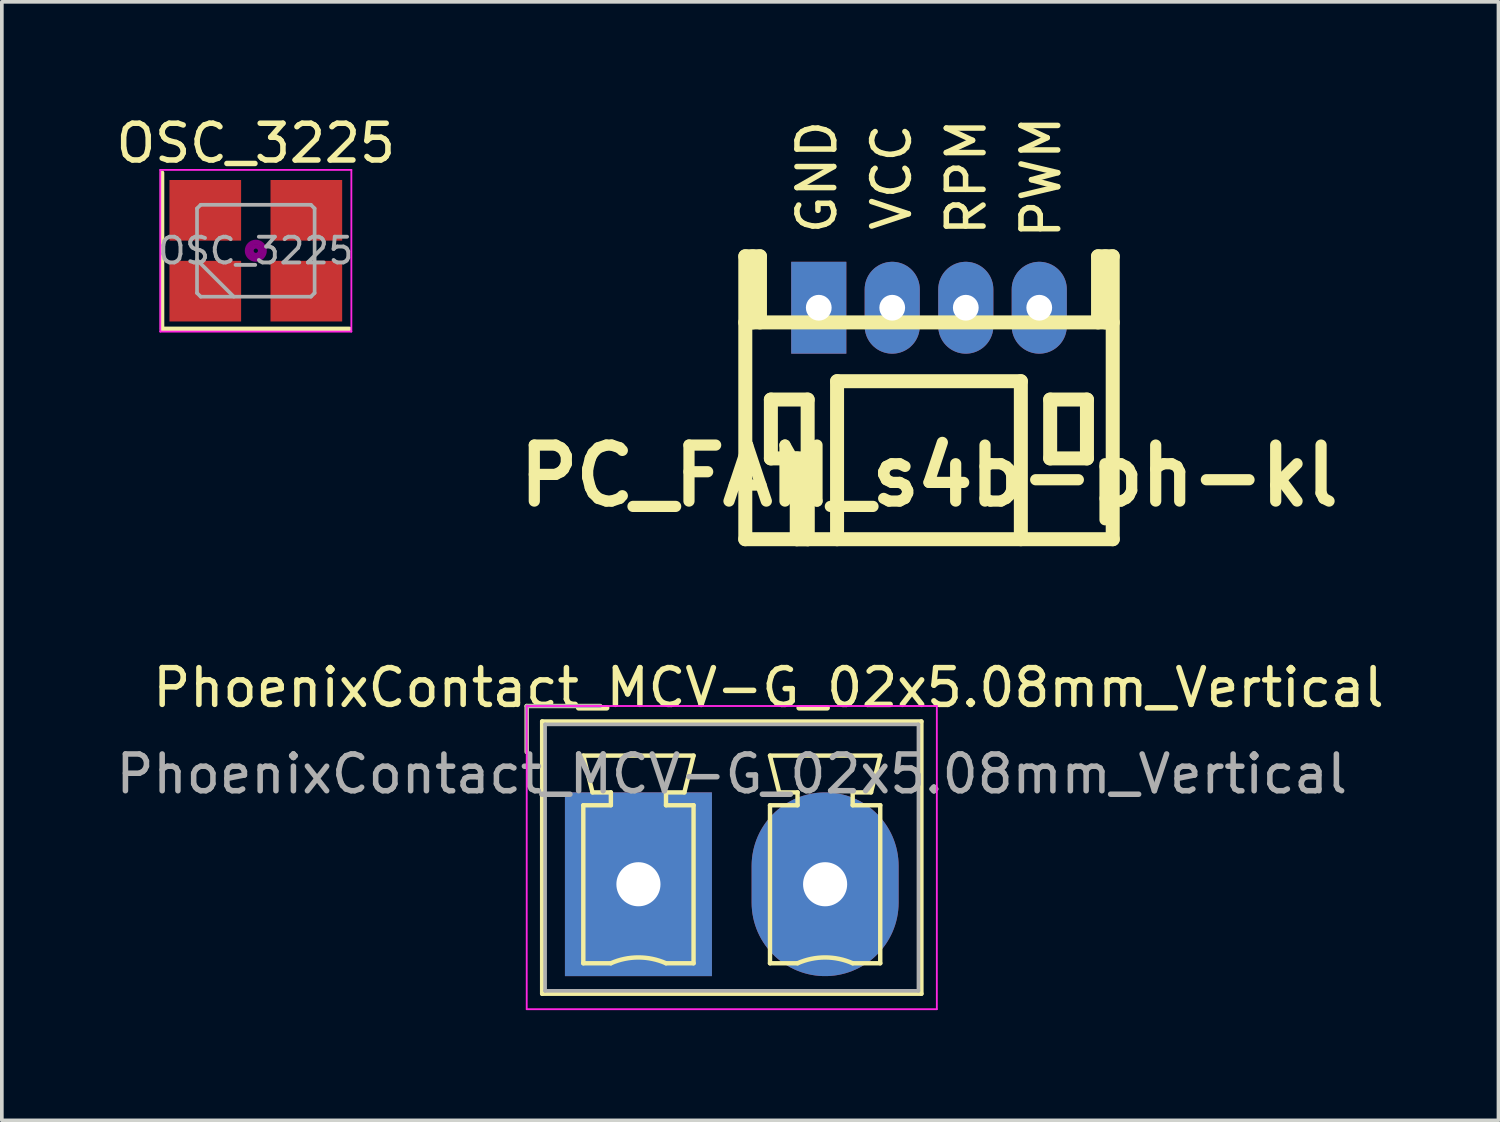
<source format=kicad_pcb>
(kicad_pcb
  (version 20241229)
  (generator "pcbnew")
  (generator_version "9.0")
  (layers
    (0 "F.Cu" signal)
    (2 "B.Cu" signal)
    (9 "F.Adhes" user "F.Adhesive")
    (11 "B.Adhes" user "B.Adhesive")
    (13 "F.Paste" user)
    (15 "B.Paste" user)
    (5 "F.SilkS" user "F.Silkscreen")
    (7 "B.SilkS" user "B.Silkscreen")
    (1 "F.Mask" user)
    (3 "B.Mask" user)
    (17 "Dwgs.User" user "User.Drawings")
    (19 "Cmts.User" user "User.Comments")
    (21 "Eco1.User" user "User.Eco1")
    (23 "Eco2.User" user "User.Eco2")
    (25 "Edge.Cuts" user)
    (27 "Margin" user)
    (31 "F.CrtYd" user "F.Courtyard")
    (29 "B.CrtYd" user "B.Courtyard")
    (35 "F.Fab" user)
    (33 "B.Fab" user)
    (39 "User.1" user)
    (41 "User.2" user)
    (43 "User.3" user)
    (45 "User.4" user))
  (footprint "PhoenixContact_MCV-G_02x5.08mm_Vertical"
    (layer "F.Cu")
    (at 14.323 21.012)
    (property "Reference" "PhoenixContact_MCV-G_02x5.08mm_Vertical" (at 3.54 -5.35 0) (layer "F.SilkS") (effects (font (size 1 1) (thickness 0.15))))
    (attr through_hole)
    (fp_line (start -3.04 -4.85) (end -1.04 -4.85) (stroke (width 0.12) (type solid)) (layer "F.SilkS"))
    (fp_line (start -3.04 -3.6) (end -3.04 -4.85) (stroke (width 0.12) (type solid)) (layer "F.SilkS"))
    (fp_line (start -2.62 -4.43) (end -2.62 2.98) (stroke (width 0.12) (type solid)) (layer "F.SilkS"))
    (fp_line (start -2.62 2.98) (end 7.7 2.98) (stroke (width 0.12) (type solid)) (layer "F.SilkS"))
    (fp_line (start -1.5 -3.5) (end 1.5 -3.5) (stroke (width 0.12) (type solid)) (layer "F.SilkS"))
    (fp_line (start -1.5 -2.15) (end -0.75 -2.15) (stroke (width 0.12) (type solid)) (layer "F.SilkS"))
    (fp_line (start -1.5 2.15) (end -1.5 -2.15) (stroke (width 0.12) (type solid)) (layer "F.SilkS"))
    (fp_line (start -1.25 -2.5) (end -1.5 -3.5) (stroke (width 0.12) (type solid)) (layer "F.SilkS"))
    (fp_line (start -0.75 -2.5) (end -1.25 -2.5) (stroke (width 0.12) (type solid)) (layer "F.SilkS"))
    (fp_line (start -0.75 -2.15) (end -0.75 -2.5) (stroke (width 0.12) (type solid)) (layer "F.SilkS"))
    (fp_line (start -0.75 2.15) (end -1.5 2.15) (stroke (width 0.12) (type solid)) (layer "F.SilkS"))
    (fp_line (start 0.75 -2.5) (end 0.75 -2.15) (stroke (width 0.12) (type solid)) (layer "F.SilkS"))
    (fp_line (start 0.75 -2.15) (end 1.5 -2.15) (stroke (width 0.12) (type solid)) (layer "F.SilkS"))
    (fp_line (start 1.25 -2.5) (end 0.75 -2.5) (stroke (width 0.12) (type solid)) (layer "F.SilkS"))
    (fp_line (start 1.5 -3.5) (end 1.25 -2.5) (stroke (width 0.12) (type solid)) (layer "F.SilkS"))
    (fp_line (start 1.5 -2.15) (end 1.5 2.15) (stroke (width 0.12) (type solid)) (layer "F.SilkS"))
    (fp_line (start 1.5 2.15) (end 0.75 2.15) (stroke (width 0.12) (type solid)) (layer "F.SilkS"))
    (fp_line (start 3.58 -3.5) (end 6.58 -3.5) (stroke (width 0.12) (type solid)) (layer "F.SilkS"))
    (fp_line (start 3.58 -2.15) (end 4.33 -2.15) (stroke (width 0.12) (type solid)) (layer "F.SilkS"))
    (fp_line (start 3.58 2.15) (end 3.58 -2.15) (stroke (width 0.12) (type solid)) (layer "F.SilkS"))
    (fp_line (start 3.83 -2.5) (end 3.58 -3.5) (stroke (width 0.12) (type solid)) (layer "F.SilkS"))
    (fp_line (start 4.33 -2.5) (end 3.83 -2.5) (stroke (width 0.12) (type solid)) (layer "F.SilkS"))
    (fp_line (start 4.33 -2.15) (end 4.33 -2.5) (stroke (width 0.12) (type solid)) (layer "F.SilkS"))
    (fp_line (start 4.33 2.15) (end 3.58 2.15) (stroke (width 0.12) (type solid)) (layer "F.SilkS"))
    (fp_line (start 5.83 -2.5) (end 5.83 -2.15) (stroke (width 0.12) (type solid)) (layer "F.SilkS"))
    (fp_line (start 5.83 -2.15) (end 6.58 -2.15) (stroke (width 0.12) (type solid)) (layer "F.SilkS"))
    (fp_line (start 6.33 -2.5) (end 5.83 -2.5) (stroke (width 0.12) (type solid)) (layer "F.SilkS"))
    (fp_line (start 6.58 -3.5) (end 6.33 -2.5) (stroke (width 0.12) (type solid)) (layer "F.SilkS"))
    (fp_line (start 6.58 -2.15) (end 6.58 2.15) (stroke (width 0.12) (type solid)) (layer "F.SilkS"))
    (fp_line (start 6.58 2.15) (end 5.83 2.15) (stroke (width 0.12) (type solid)) (layer "F.SilkS"))
    (fp_line (start 7.7 -4.43) (end -2.62 -4.43) (stroke (width 0.12) (type solid)) (layer "F.SilkS"))
    (fp_line (start 7.7 2.98) (end 7.7 -4.43) (stroke (width 0.12) (type solid)) (layer "F.SilkS"))
    (fp_arc (start -0.75 2.15) (mid -0.000193 1.99191) (end 0.749647 2.149844) (stroke (width 0.12) (type solid)) (layer "F.SilkS"))
    (fp_arc (start 4.33 2.15) (mid 5.079807 1.99191) (end 5.829647 2.149844) (stroke (width 0.12) (type solid)) (layer "F.SilkS"))
    (fp_line (start -3.04 -4.85) (end -3.04 3.4) (stroke (width 0.05) (type solid)) (layer "F.CrtYd"))
    (fp_line (start -3.04 3.4) (end 8.12 3.4) (stroke (width 0.05) (type solid)) (layer "F.CrtYd"))
    (fp_line (start 8.12 -4.85) (end -3.04 -4.85) (stroke (width 0.05) (type solid)) (layer "F.CrtYd"))
    (fp_line (start 8.12 3.4) (end 8.12 -4.85) (stroke (width 0.05) (type solid)) (layer "F.CrtYd"))
    (fp_line (start -3.04 -4.85) (end -1.04 -4.85) (stroke (width 0.1) (type solid)) (layer "F.Fab"))
    (fp_line (start -3.04 -3.6) (end -3.04 -4.85) (stroke (width 0.1) (type solid)) (layer "F.Fab"))
    (fp_line (start -2.54 -4.35) (end -2.54 2.9) (stroke (width 0.1) (type solid)) (layer "F.Fab"))
    (fp_line (start -2.54 2.9) (end 7.62 2.9) (stroke (width 0.1) (type solid)) (layer "F.Fab"))
    (fp_line (start 7.62 -4.35) (end -2.54 -4.35) (stroke (width 0.1) (type solid)) (layer "F.Fab"))
    (fp_line (start 7.62 2.9) (end 7.62 -4.35) (stroke (width 0.1) (type solid)) (layer "F.Fab"))
    (fp_text user "${REFERENCE}" (at 2.54 -3 0) (layer "F.Fab") (effects (font (size 1 1) (thickness 0.15))))
    (pad "1" thru_hole rect (at 0 0) (size 4 5) (drill 1.2) (layers "*.Cu" "*.Mask"))
    (pad "2" thru_hole oval (at 5.08 0) (size 4 5) (drill 1.2) (layers "*.Cu" "*.Mask")))
  (footprint "PC_FAN_s4b-ph-kl"
    (layer "F.Cu")
    (at 22.23 5.324)
    (property "Reference" "PC_FAN_s4b-ph-kl" (at 0 4.572 0) (layer "F.SilkS") (effects (font (size 1.524 1.524) (thickness 0.305))))
    (attr through_hole)
    (fp_line (start -5.001 0.399) (end 5.001 0.399) (stroke (width 0.381) (type solid)) (layer "F.SilkS"))
    (fp_line (start -5.001 6.299) (end 5.001 6.299) (stroke (width 0.381) (type solid)) (layer "F.SilkS"))
    (fp_line (start -4.999 -1.4) (end -4.999 6.299) (stroke (width 0.381) (type solid)) (layer "F.SilkS"))
    (fp_line (start -4.798 -1.4) (end -4.798 0.399) (stroke (width 0.381) (type solid)) (layer "F.SilkS"))
    (fp_line (start -4.6 -1.4) (end -4.999 -1.4) (stroke (width 0.381) (type solid)) (layer "F.SilkS"))
    (fp_line (start -4.6 0.399) (end -4.6 -1.4) (stroke (width 0.381) (type solid)) (layer "F.SilkS"))
    (fp_line (start -4.303 2.499) (end -3.302 2.499) (stroke (width 0.381) (type solid)) (layer "F.SilkS"))
    (fp_line (start -4.303 4.1) (end -4.303 2.499) (stroke (width 0.381) (type solid)) (layer "F.SilkS"))
    (fp_line (start -3.599 6.299) (end -3.599 4.1) (stroke (width 0.381) (type solid)) (layer "F.SilkS"))
    (fp_line (start -3.302 2.499) (end -3.302 4.1) (stroke (width 0.381) (type solid)) (layer "F.SilkS"))
    (fp_line (start -3.302 4.1) (end -4.303 4.1) (stroke (width 0.381) (type solid)) (layer "F.SilkS"))
    (fp_line (start -3.299 4.1) (end -3.299 6.299) (stroke (width 0.381) (type solid)) (layer "F.SilkS"))
    (fp_line (start -3.299 6.299) (end -3.599 6.299) (stroke (width 0.381) (type solid)) (layer "F.SilkS"))
    (fp_line (start -2.502 1.999) (end -2.502 6.299) (stroke (width 0.381) (type solid)) (layer "F.SilkS"))
    (fp_line (start 2.499 1.999) (end -2.499 1.999) (stroke (width 0.381) (type solid)) (layer "F.SilkS"))
    (fp_line (start 2.499 1.999) (end 2.499 6.299) (stroke (width 0.381) (type solid)) (layer "F.SilkS"))
    (fp_line (start 3.297 2.499) (end 4.298 2.499) (stroke (width 0.381) (type solid)) (layer "F.SilkS"))
    (fp_line (start 3.297 4.1) (end 3.297 2.499) (stroke (width 0.381) (type solid)) (layer "F.SilkS"))
    (fp_line (start 4.298 2.499) (end 4.298 4.1) (stroke (width 0.381) (type solid)) (layer "F.SilkS"))
    (fp_line (start 4.298 4.1) (end 3.297 4.1) (stroke (width 0.381) (type solid)) (layer "F.SilkS"))
    (fp_line (start 4.6 -1.4) (end 4.6 0.399) (stroke (width 0.381) (type solid)) (layer "F.SilkS"))
    (fp_line (start 4.798 -1.4) (end 4.798 0.399) (stroke (width 0.381) (type solid)) (layer "F.SilkS"))
    (fp_line (start 4.999 -1.4) (end 4.6 -1.4) (stroke (width 0.381) (type solid)) (layer "F.SilkS"))
    (fp_line (start 4.999 6.299) (end 4.999 -1.4) (stroke (width 0.381) (type solid)) (layer "F.SilkS"))
    (fp_text user "RPM" (at 1.016 -3.556 90) (layer "F.SilkS") (effects (font (size 1 1) (thickness 0.15))))
    (fp_text user "GND" (at -3.048 -3.556 90) (layer "F.SilkS") (effects (font (size 1 1) (thickness 0.15))))
    (fp_text user "PWM" (at 3.048 -3.556 90) (layer "F.SilkS") (effects (font (size 1 1) (thickness 0.15))))
    (fp_text user "VCC" (at -1.016 -3.556 90) (layer "F.SilkS") (effects (font (size 1 1) (thickness 0.15))))
    (pad "1" thru_hole rect (at -3 0) (size 1.5 2.5) (drill 0.701) (layers "*.Cu" "*.Mask"))
    (pad "2" thru_hole oval (at -1.001 0) (size 1.5 2.5) (drill 0.701) (layers "*.Cu" "*.Mask"))
    (pad "3" thru_hole oval (at 1.001 0) (size 1.5 2.5) (drill 0.701) (layers "*.Cu" "*.Mask"))
    (pad "4" thru_hole oval (at 3 0) (size 1.5 2.5) (drill 0.701) (layers "*.Cu" "*.Mask")))
  (footprint "OSC_3225"
    (layer "F.Cu")
    (at 3.911 3.773)
    (property "Reference" "OSC_3225" (at 0 -2.925 0) (layer "F.SilkS") (effects (font (size 1 1) (thickness 0.15))))
    (attr smd)
    (fp_line (start -2.55 -2.125) (end -2.55 2.125) (stroke (width 0.12) (type solid)) (layer "F.SilkS"))
    (fp_line (start -2.55 2.125) (end 2.55 2.125) (stroke (width 0.12) (type solid)) (layer "F.SilkS"))
    (fp_circle (center 0 0) (end 0.058 0) (stroke (width 0.117) (type solid)) (fill no) (layer "F.Adhes"))
    (fp_circle (center 0 0) (end 0.133 0) (stroke (width 0.083) (type solid)) (fill no) (layer "F.Adhes"))
    (fp_circle (center 0 0) (end 0.208 0) (stroke (width 0.083) (type solid)) (fill no) (layer "F.Adhes"))
    (fp_circle (center 0 0) (end 0.25 0) (stroke (width 0.1) (type solid)) (fill no) (layer "F.Adhes"))
    (fp_line (start -2.6 -2.2) (end -2.6 2.2) (stroke (width 0.05) (type solid)) (layer "F.CrtYd"))
    (fp_line (start -2.6 2.2) (end 2.6 2.2) (stroke (width 0.05) (type solid)) (layer "F.CrtYd"))
    (fp_line (start 2.6 -2.2) (end -2.6 -2.2) (stroke (width 0.05) (type solid)) (layer "F.CrtYd"))
    (fp_line (start 2.6 2.2) (end 2.6 -2.2) (stroke (width 0.05) (type solid)) (layer "F.CrtYd"))
    (fp_line (start -1.6 -1.15) (end -1.5 -1.25) (stroke (width 0.1) (type solid)) (layer "F.Fab"))
    (fp_line (start -1.6 0.25) (end -0.6 1.25) (stroke (width 0.1) (type solid)) (layer "F.Fab"))
    (fp_line (start -1.6 1.15) (end -1.6 -1.15) (stroke (width 0.1) (type solid)) (layer "F.Fab"))
    (fp_line (start -1.5 -1.25) (end 1.5 -1.25) (stroke (width 0.1) (type solid)) (layer "F.Fab"))
    (fp_line (start -1.5 1.25) (end -1.6 1.15) (stroke (width 0.1) (type solid)) (layer "F.Fab"))
    (fp_line (start 1.5 -1.25) (end 1.6 -1.15) (stroke (width 0.1) (type solid)) (layer "F.Fab"))
    (fp_line (start 1.5 1.25) (end -1.5 1.25) (stroke (width 0.1) (type solid)) (layer "F.Fab"))
    (fp_line (start 1.6 -1.15) (end 1.6 1.15) (stroke (width 0.1) (type solid)) (layer "F.Fab"))
    (fp_line (start 1.6 1.15) (end 1.5 1.25) (stroke (width 0.1) (type solid)) (layer "F.Fab"))
    (fp_text user "${REFERENCE}" (at 0 0 0) (layer "F.Fab") (effects (font (size 0.7 0.7) (thickness 0.105))))
    (pad "1" smd rect (at -1.375 1.1) (size 1.95 1.65) (layers "F.Cu" "F.Mask" "F.Paste"))
    (pad "2" smd rect (at -1.375 -1.1) (size 1.95 1.65) (layers "F.Cu" "F.Mask" "F.Paste"))
    (pad "2" smd rect (at 1.375 1.1) (size 1.95 1.65) (layers "F.Cu" "F.Mask" "F.Paste"))
    (pad "3" smd rect (at 1.375 -1.1) (size 1.95 1.65) (layers "F.Cu" "F.Mask" "F.Paste")))
  (gr_rect
    (start -3 -3)
    (end 37.726 27.437)
    (stroke (width 0.1) (type default))
    (fill no)
    (layer "Edge.Cuts")))
</source>
